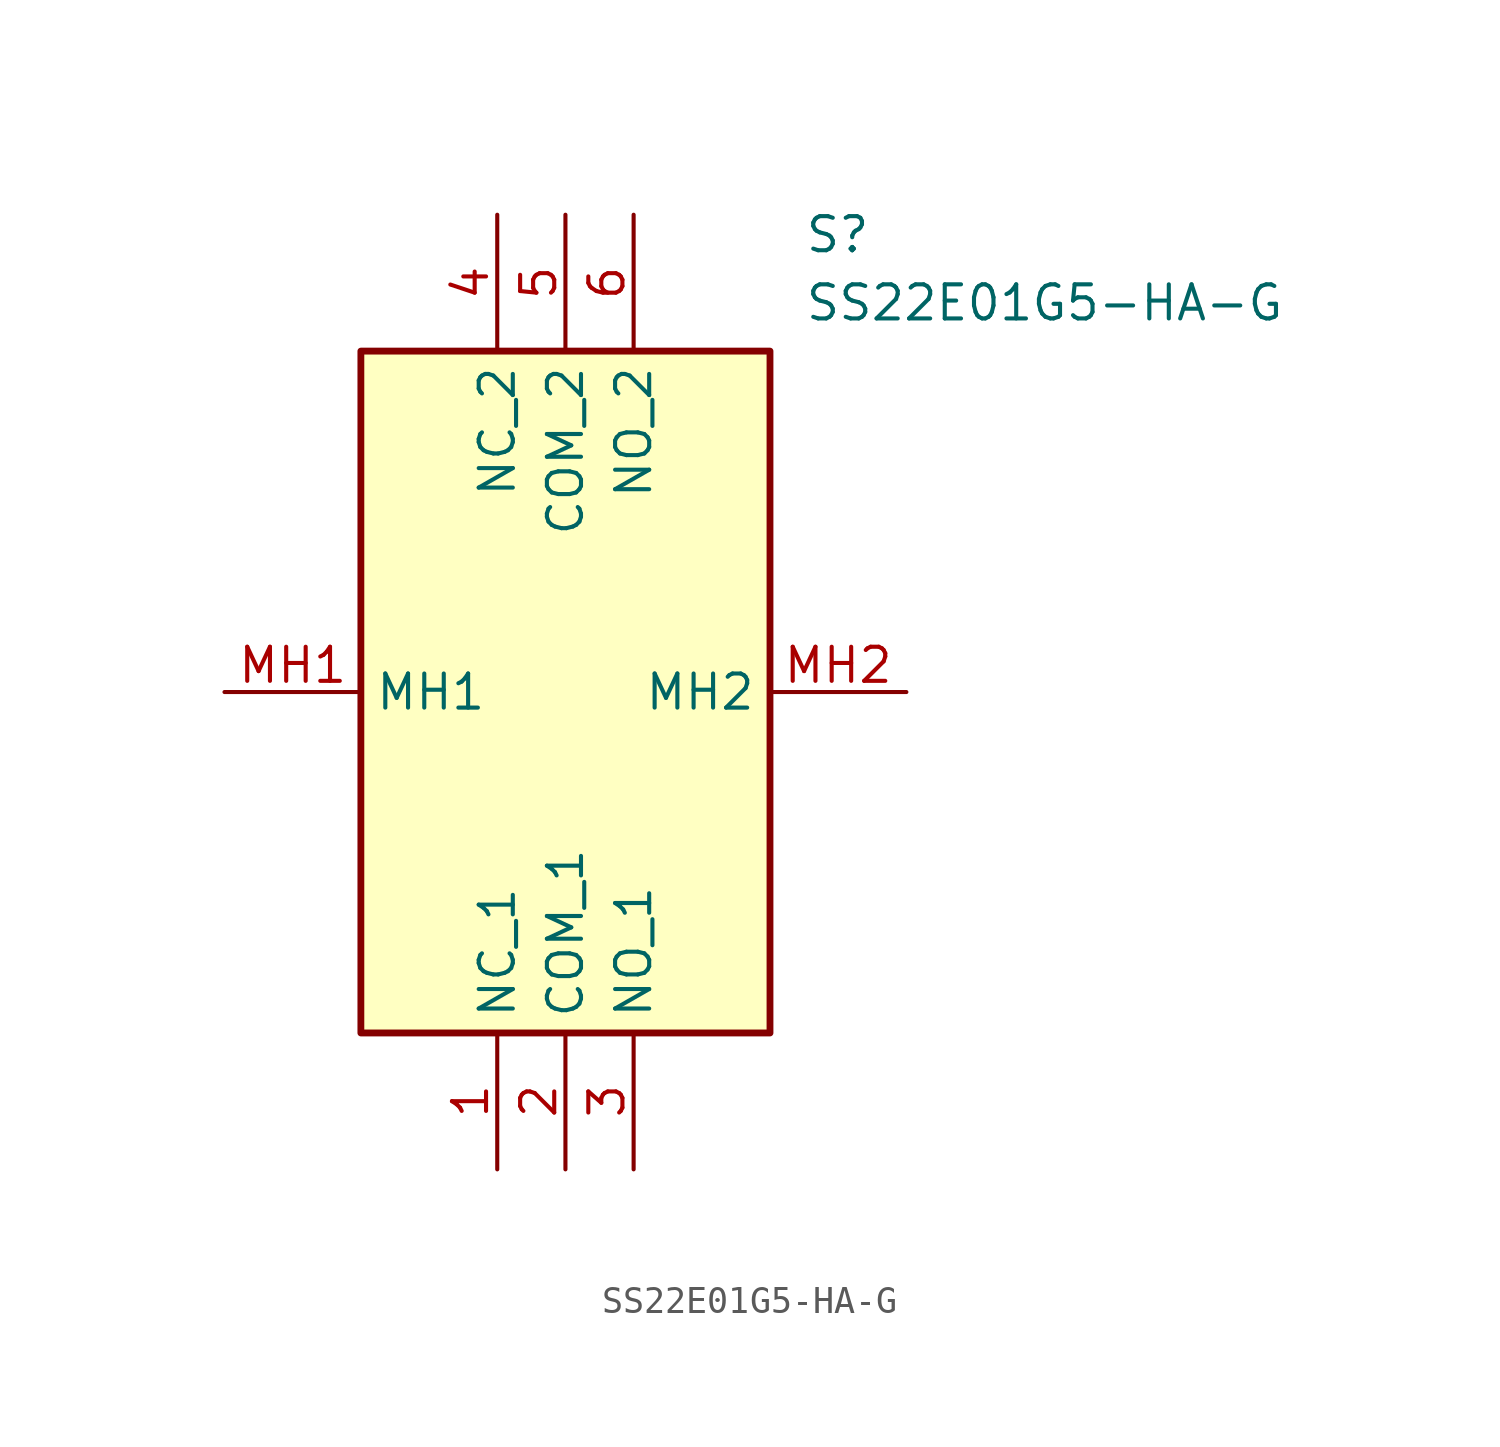
<source format=kicad_sym>
(kicad_symbol_lib
  (version 20211014)
  (generator SamacSys_ECAD_Model)
  (symbol "SS22E01G5-HA-G"
    (property "Reference" "S"
      (at 21.59 17.78 0)
      (effects (font (size 1.27 1.27)) (justify left top)))
    (property "Value" "SS22E01G5-HA-G"
      (at 21.59 15.24 0)
      (effects (font (size 1.27 1.27)) (justify left top)))
    (rectangle
      (start 5.08 12.7)
      (end 20.32 -12.7)
      (stroke (width 0.254) (type default))
      (fill (type background)))
    (pin passive line
      (at 10.16 -17.78 90)
      (length 5.08)
      (name "NC_1" (effects (font (size 1.27 1.27))))
      (number "1" (effects (font (size 1.27 1.27)))))
    (pin passive line
      (at 12.7 -17.78 90)
      (length 5.08)
      (name "COM_1" (effects (font (size 1.27 1.27))))
      (number "2" (effects (font (size 1.27 1.27)))))
    (pin passive line
      (at 15.24 -17.78 90)
      (length 5.08)
      (name "NO_1" (effects (font (size 1.27 1.27))))
      (number "3" (effects (font (size 1.27 1.27)))))
    (pin passive line
      (at 10.16 17.78 270)
      (length 5.08)
      (name "NC_2" (effects (font (size 1.27 1.27))))
      (number "4" (effects (font (size 1.27 1.27)))))
    (pin passive line
      (at 12.7 17.78 270)
      (length 5.08)
      (name "COM_2" (effects (font (size 1.27 1.27))))
      (number "5" (effects (font (size 1.27 1.27)))))
    (pin passive line
      (at 15.24 17.78 270)
      (length 5.08)
      (name "NO_2" (effects (font (size 1.27 1.27))))
      (number "6" (effects (font (size 1.27 1.27)))))
    (pin passive line
      (at 0 0 0)
      (length 5.08)
      (name "MH1" (effects (font (size 1.27 1.27))))
      (number "MH1" (effects (font (size 1.27 1.27)))))
    (pin passive line
      (at 25.4 0 180)
      (length 5.08)
      (name "MH2" (effects (font (size 1.27 1.27))))
      (number "MH2" (effects (font (size 1.27 1.27)))))))
</source>
